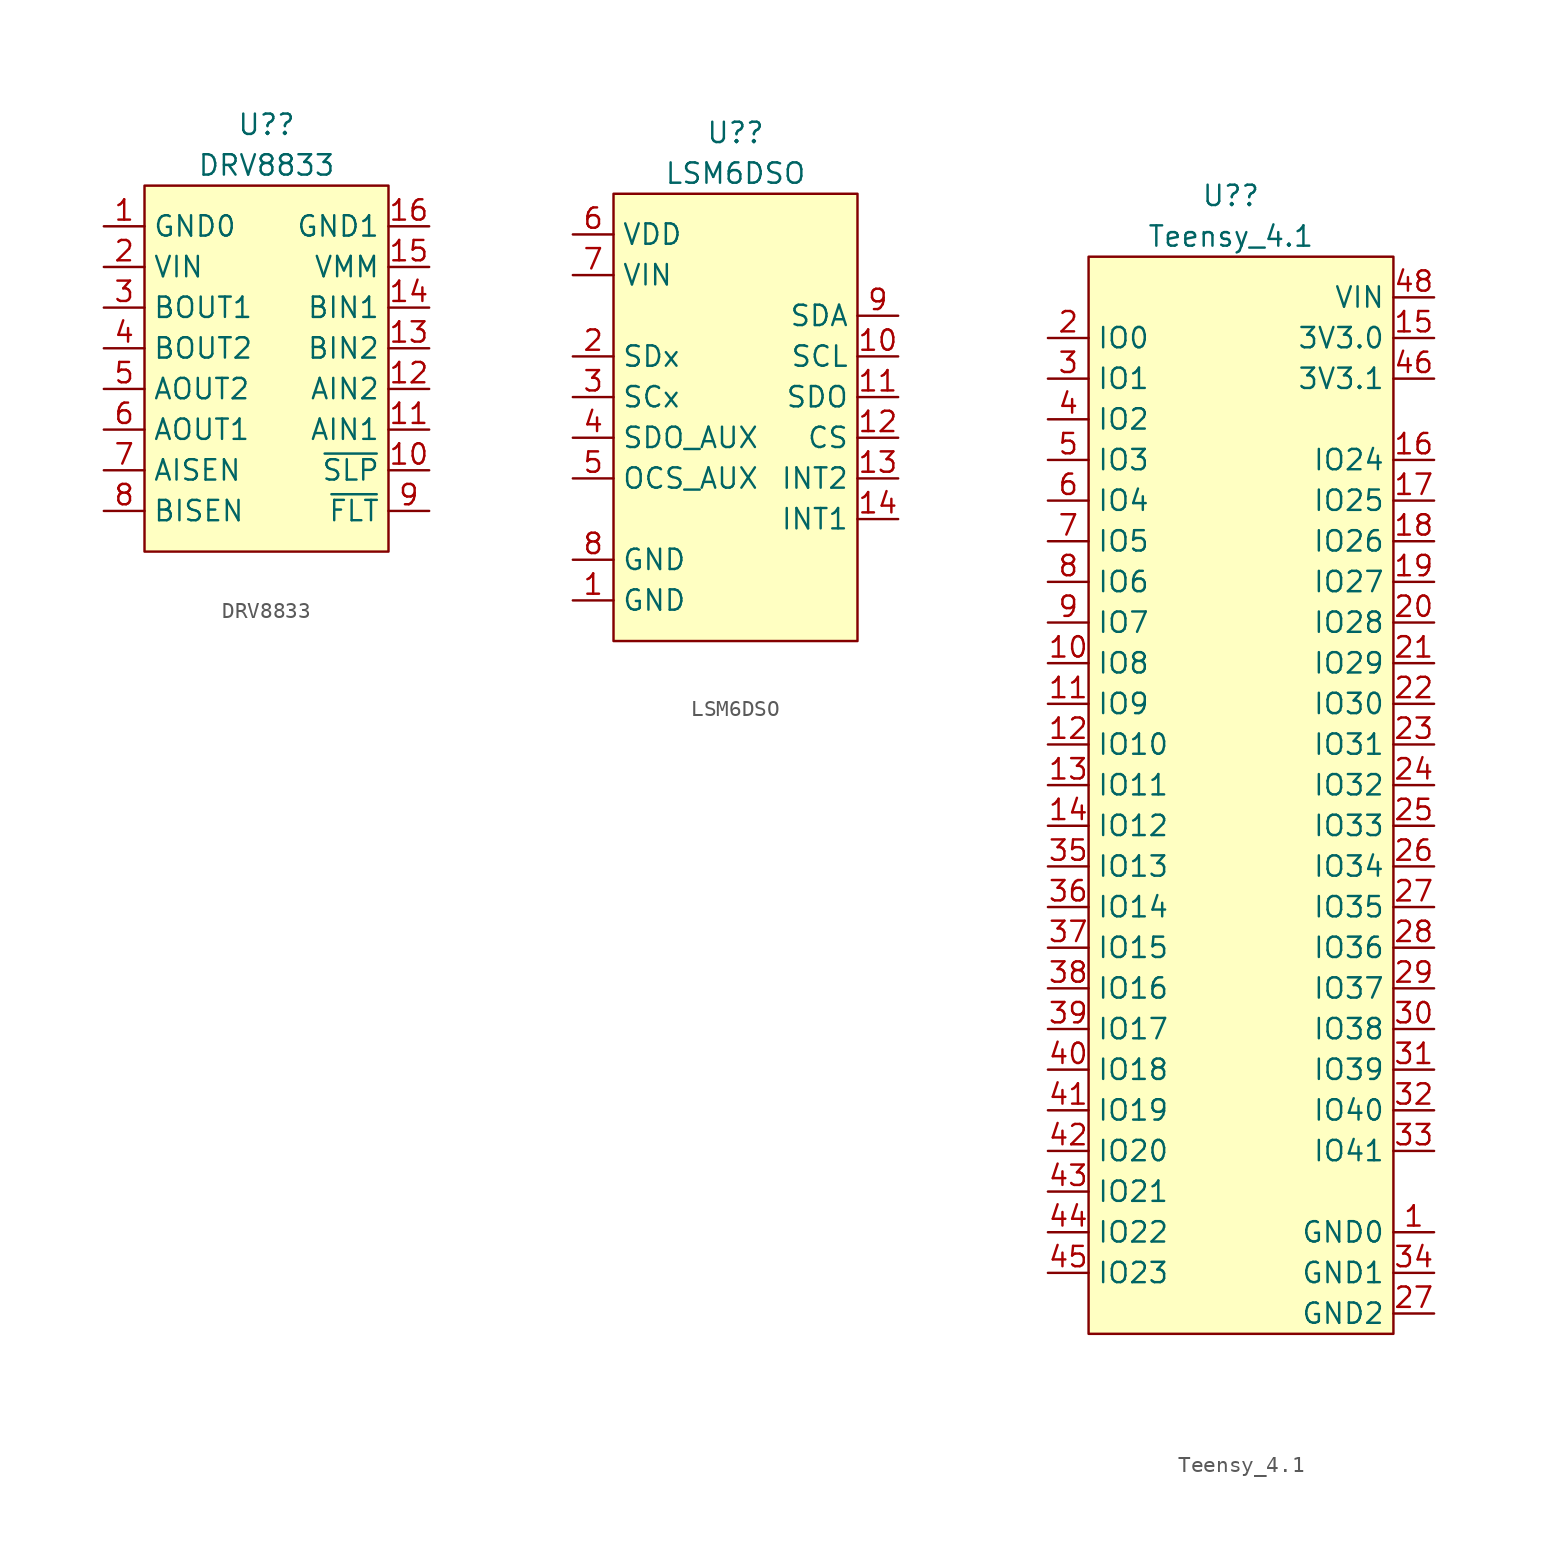
<source format=kicad_sym>
(kicad_symbol_lib
  (version 20211014)
  (generator kicad_symbol_editor)
  (symbol "DRV8833"
    (property "Reference" "U?"
      (at 0 10.16 0)
      (effects (font (size 1.27 1.27))))
    (property "Value" "DRV8833"
      (at 0 7.62 0)
      (effects (font (size 1.27 1.27))))
    (symbol "DRV8833_0_1"
      (rectangle (start -7.62 6.35) (end 7.62 -16.51) (stroke (width 0) (type default) (color 0 0 0 0)) (fill (type background))))
    (symbol "DRV8833_1_1"
      (pin power_in line (at -10.16 3.81 0) (length 2.54) (name "GND0" (effects (font (size 1.27 1.27)))) (number "1" (effects (font (size 1.27 1.27)))))
      (pin input line (at 10.16 -11.43 180) (length 2.54) (name "~{SLP}" (effects (font (size 1.27 1.27)))) (number "10" (effects (font (size 1.27 1.27)))))
      (pin input line (at 10.16 -8.89 180) (length 2.54) (name "AIN1" (effects (font (size 1.27 1.27)))) (number "11" (effects (font (size 1.27 1.27)))))
      (pin input line (at 10.16 -6.35 180) (length 2.54) (name "AIN2" (effects (font (size 1.27 1.27)))) (number "12" (effects (font (size 1.27 1.27)))))
      (pin input line (at 10.16 -3.81 180) (length 2.54) (name "BIN2" (effects (font (size 1.27 1.27)))) (number "13" (effects (font (size 1.27 1.27)))))
      (pin input line (at 10.16 -1.27 180) (length 2.54) (name "BIN1" (effects (font (size 1.27 1.27)))) (number "14" (effects (font (size 1.27 1.27)))))
      (pin power_in line (at 10.16 1.27 180) (length 2.54) (name "VMM" (effects (font (size 1.27 1.27)))) (number "15" (effects (font (size 1.27 1.27)))))
      (pin power_in line (at 10.16 3.81 180) (length 2.54) (name "GND1" (effects (font (size 1.27 1.27)))) (number "16" (effects (font (size 1.27 1.27)))))
      (pin power_in line (at -10.16 1.27 0) (length 2.54) (name "VIN" (effects (font (size 1.27 1.27)))) (number "2" (effects (font (size 1.27 1.27)))))
      (pin output line (at -10.16 -1.27 0) (length 2.54) (name "BOUT1" (effects (font (size 1.27 1.27)))) (number "3" (effects (font (size 1.27 1.27)))))
      (pin output line (at -10.16 -3.81 0) (length 2.54) (name "BOUT2" (effects (font (size 1.27 1.27)))) (number "4" (effects (font (size 1.27 1.27)))))
      (pin output line (at -10.16 -6.35 0) (length 2.54) (name "AOUT2" (effects (font (size 1.27 1.27)))) (number "5" (effects (font (size 1.27 1.27)))))
      (pin output line (at -10.16 -8.89 0) (length 2.54) (name "AOUT1" (effects (font (size 1.27 1.27)))) (number "6" (effects (font (size 1.27 1.27)))))
      (pin passive line (at -10.16 -11.43 0) (length 2.54) (name "AISEN" (effects (font (size 1.27 1.27)))) (number "7" (effects (font (size 1.27 1.27)))))
      (pin passive line (at -10.16 -13.97 0) (length 2.54) (name "BISEN" (effects (font (size 1.27 1.27)))) (number "8" (effects (font (size 1.27 1.27)))))
      (pin input line (at 10.16 -13.97 180) (length 2.54) (name "~{FLT}" (effects (font (size 1.27 1.27)))) (number "9" (effects (font (size 1.27 1.27)))))))
  (symbol "LSM6DSO"
    (property "Reference" "U?"
      (at 0 12.7 0)
      (effects (font (size 1.27 1.27))))
    (property "Value" "LSM6DSO"
      (at 0 10.16 0)
      (effects (font (size 1.27 1.27))))
    (symbol "LSM6DSO_0_1"
      (rectangle (start -7.62 8.89) (end 7.62 -19.05) (stroke (width 0) (type default) (color 0 0 0 0)) (fill (type background))))
    (symbol "LSM6DSO_1_1"
      (pin power_in line (at -10.16 -16.51 0) (length 2.54) (name "GND" (effects (font (size 1.27 1.27)))) (number "1" (effects (font (size 1.27 1.27)))))
      (pin open_collector line (at 10.16 -1.27 180) (length 2.54) (name "SCL" (effects (font (size 1.27 1.27)))) (number "10" (effects (font (size 1.27 1.27)))))
      (pin input line (at 10.16 -3.81 180) (length 2.54) (name "SDO" (effects (font (size 1.27 1.27)))) (number "11" (effects (font (size 1.27 1.27)))))
      (pin input line (at 10.16 -6.35 180) (length 2.54) (name "CS" (effects (font (size 1.27 1.27)))) (number "12" (effects (font (size 1.27 1.27)))))
      (pin bidirectional line (at 10.16 -8.89 180) (length 2.54) (name "INT2" (effects (font (size 1.27 1.27)))) (number "13" (effects (font (size 1.27 1.27)))))
      (pin output line (at 10.16 -11.43 180) (length 2.54) (name "INT1" (effects (font (size 1.27 1.27)))) (number "14" (effects (font (size 1.27 1.27)))))
      (pin bidirectional line (at -10.16 -1.27 0) (length 2.54) (name "SDx" (effects (font (size 1.27 1.27)))) (number "2" (effects (font (size 1.27 1.27)))))
      (pin bidirectional line (at -10.16 -3.81 0) (length 2.54) (name "SCx" (effects (font (size 1.27 1.27)))) (number "3" (effects (font (size 1.27 1.27)))))
      (pin output line (at -10.16 -6.35 0) (length 2.54) (name "SDO_AUX" (effects (font (size 1.27 1.27)))) (number "4" (effects (font (size 1.27 1.27)))))
      (pin input line (at -10.16 -8.89 0) (length 2.54) (name "OCS_AUX" (effects (font (size 1.27 1.27)))) (number "5" (effects (font (size 1.27 1.27)))))
      (pin power_out line (at -10.16 6.35 0) (length 2.54) (name "VDD" (effects (font (size 1.27 1.27)))) (number "6" (effects (font (size 1.27 1.27)))))
      (pin power_in line (at -10.16 3.81 0) (length 2.54) (name "VIN" (effects (font (size 1.27 1.27)))) (number "7" (effects (font (size 1.27 1.27)))))
      (pin power_in line (at -10.16 -13.97 0) (length 2.54) (name "GND" (effects (font (size 1.27 1.27)))) (number "8" (effects (font (size 1.27 1.27)))))
      (pin open_collector line (at 10.16 1.27 180) (length 2.54) (name "SDA" (effects (font (size 1.27 1.27)))) (number "9" (effects (font (size 1.27 1.27)))))))
  (symbol "Teensy_4.1"
    (property "Reference" "U?"
      (at 21.59 29.21 0)
      (effects (font (size 1.27 1.27))))
    (property "Value" "Teensy_4.1"
      (at 21.59 26.67 0)
      (effects (font (size 1.27 1.27))))
    (symbol "Teensy_4.1_0_1"
      (rectangle (start 12.7 25.4) (end 31.75 -41.91) (stroke (width 0) (type default) (color 0 0 0 0)) (fill (type background))))
    (symbol "Teensy_4.1_1_1"
      (pin power_in line (at 34.29 -35.56 180) (length 2.54) (name "GND0" (effects (font (size 1.27 1.27)))) (number "1" (effects (font (size 1.27 1.27)))))
      (pin bidirectional line (at 10.16 0 0) (length 2.54) (name "IO8" (effects (font (size 1.27 1.27)))) (number "10" (effects (font (size 1.27 1.27)))))
      (pin bidirectional line (at 10.16 -2.54 0) (length 2.54) (name "IO9" (effects (font (size 1.27 1.27)))) (number "11" (effects (font (size 1.27 1.27)))))
      (pin bidirectional line (at 10.16 -5.08 0) (length 2.54) (name "IO10" (effects (font (size 1.27 1.27)))) (number "12" (effects (font (size 1.27 1.27)))))
      (pin bidirectional line (at 10.16 -7.62 0) (length 2.54) (name "IO11" (effects (font (size 1.27 1.27)))) (number "13" (effects (font (size 1.27 1.27)))))
      (pin bidirectional line (at 10.16 -10.16 0) (length 2.54) (name "IO12" (effects (font (size 1.27 1.27)))) (number "14" (effects (font (size 1.27 1.27)))))
      (pin power_in line (at 34.29 20.32 180) (length 2.54) (name "3V3.0" (effects (font (size 1.27 1.27)))) (number "15" (effects (font (size 1.27 1.27)))))
      (pin bidirectional line (at 34.29 12.7 180) (length 2.54) (name "IO24" (effects (font (size 1.27 1.27)))) (number "16" (effects (font (size 1.27 1.27)))))
      (pin bidirectional line (at 34.29 10.16 180) (length 2.54) (name "IO25" (effects (font (size 1.27 1.27)))) (number "17" (effects (font (size 1.27 1.27)))))
      (pin bidirectional line (at 34.29 7.62 180) (length 2.54) (name "IO26" (effects (font (size 1.27 1.27)))) (number "18" (effects (font (size 1.27 1.27)))))
      (pin bidirectional line (at 34.29 5.08 180) (length 2.54) (name "IO27" (effects (font (size 1.27 1.27)))) (number "19" (effects (font (size 1.27 1.27)))))
      (pin bidirectional line (at 10.16 20.32 0) (length 2.54) (name "IO0" (effects (font (size 1.27 1.27)))) (number "2" (effects (font (size 1.27 1.27)))))
      (pin bidirectional line (at 34.29 2.54 180) (length 2.54) (name "IO28" (effects (font (size 1.27 1.27)))) (number "20" (effects (font (size 1.27 1.27)))))
      (pin bidirectional line (at 34.29 0 180) (length 2.54) (name "IO29" (effects (font (size 1.27 1.27)))) (number "21" (effects (font (size 1.27 1.27)))))
      (pin bidirectional line (at 34.29 -2.54 180) (length 2.54) (name "IO30" (effects (font (size 1.27 1.27)))) (number "22" (effects (font (size 1.27 1.27)))))
      (pin bidirectional line (at 34.29 -5.08 180) (length 2.54) (name "IO31" (effects (font (size 1.27 1.27)))) (number "23" (effects (font (size 1.27 1.27)))))
      (pin bidirectional line (at 34.29 -7.62 180) (length 2.54) (name "IO32" (effects (font (size 1.27 1.27)))) (number "24" (effects (font (size 1.27 1.27)))))
      (pin bidirectional line (at 34.29 -10.16 180) (length 2.54) (name "IO33" (effects (font (size 1.27 1.27)))) (number "25" (effects (font (size 1.27 1.27)))))
      (pin bidirectional line (at 34.29 -12.7 180) (length 2.54) (name "IO34" (effects (font (size 1.27 1.27)))) (number "26" (effects (font (size 1.27 1.27)))))
      (pin power_in line (at 34.29 -40.64 180) (length 2.54) (name "GND2" (effects (font (size 1.27 1.27)))) (number "27" (effects (font (size 1.27 1.27)))))
      (pin bidirectional line (at 34.29 -15.24 180) (length 2.54) (name "IO35" (effects (font (size 1.27 1.27)))) (number "27" (effects (font (size 1.27 1.27)))))
      (pin bidirectional line (at 34.29 -17.78 180) (length 2.54) (name "IO36" (effects (font (size 1.27 1.27)))) (number "28" (effects (font (size 1.27 1.27)))))
      (pin bidirectional line (at 34.29 -20.32 180) (length 2.54) (name "IO37" (effects (font (size 1.27 1.27)))) (number "29" (effects (font (size 1.27 1.27)))))
      (pin bidirectional line (at 10.16 17.78 0) (length 2.54) (name "IO1" (effects (font (size 1.27 1.27)))) (number "3" (effects (font (size 1.27 1.27)))))
      (pin bidirectional line (at 34.29 -22.86 180) (length 2.54) (name "IO38" (effects (font (size 1.27 1.27)))) (number "30" (effects (font (size 1.27 1.27)))))
      (pin bidirectional line (at 34.29 -25.4 180) (length 2.54) (name "IO39" (effects (font (size 1.27 1.27)))) (number "31" (effects (font (size 1.27 1.27)))))
      (pin bidirectional line (at 34.29 -27.94 180) (length 2.54) (name "IO40" (effects (font (size 1.27 1.27)))) (number "32" (effects (font (size 1.27 1.27)))))
      (pin bidirectional line (at 34.29 -30.48 180) (length 2.54) (name "IO41" (effects (font (size 1.27 1.27)))) (number "33" (effects (font (size 1.27 1.27)))))
      (pin power_in line (at 34.29 -38.1 180) (length 2.54) (name "GND1" (effects (font (size 1.27 1.27)))) (number "34" (effects (font (size 1.27 1.27)))))
      (pin bidirectional line (at 10.16 -12.7 0) (length 2.54) (name "IO13" (effects (font (size 1.27 1.27)))) (number "35" (effects (font (size 1.27 1.27)))))
      (pin bidirectional line (at 10.16 -15.24 0) (length 2.54) (name "IO14" (effects (font (size 1.27 1.27)))) (number "36" (effects (font (size 1.27 1.27)))))
      (pin bidirectional line (at 10.16 -17.78 0) (length 2.54) (name "IO15" (effects (font (size 1.27 1.27)))) (number "37" (effects (font (size 1.27 1.27)))))
      (pin bidirectional line (at 10.16 -20.32 0) (length 2.54) (name "IO16" (effects (font (size 1.27 1.27)))) (number "38" (effects (font (size 1.27 1.27)))))
      (pin bidirectional line (at 10.16 -22.86 0) (length 2.54) (name "IO17" (effects (font (size 1.27 1.27)))) (number "39" (effects (font (size 1.27 1.27)))))
      (pin bidirectional line (at 10.16 15.24 0) (length 2.54) (name "IO2" (effects (font (size 1.27 1.27)))) (number "4" (effects (font (size 1.27 1.27)))))
      (pin bidirectional line (at 10.16 -25.4 0) (length 2.54) (name "IO18" (effects (font (size 1.27 1.27)))) (number "40" (effects (font (size 1.27 1.27)))))
      (pin bidirectional line (at 10.16 -27.94 0) (length 2.54) (name "IO19" (effects (font (size 1.27 1.27)))) (number "41" (effects (font (size 1.27 1.27)))))
      (pin bidirectional line (at 10.16 -30.48 0) (length 2.54) (name "IO20" (effects (font (size 1.27 1.27)))) (number "42" (effects (font (size 1.27 1.27)))))
      (pin bidirectional line (at 10.16 -33.02 0) (length 2.54) (name "IO21" (effects (font (size 1.27 1.27)))) (number "43" (effects (font (size 1.27 1.27)))))
      (pin bidirectional line (at 10.16 -35.56 0) (length 2.54) (name "IO22" (effects (font (size 1.27 1.27)))) (number "44" (effects (font (size 1.27 1.27)))))
      (pin bidirectional line (at 10.16 -38.1 0) (length 2.54) (name "IO23" (effects (font (size 1.27 1.27)))) (number "45" (effects (font (size 1.27 1.27)))))
      (pin power_in line (at 34.29 17.78 180) (length 2.54) (name "3V3.1" (effects (font (size 1.27 1.27)))) (number "46" (effects (font (size 1.27 1.27)))))
      (pin power_in line (at 34.29 22.86 180) (length 2.54) (name "VIN" (effects (font (size 1.27 1.27)))) (number "48" (effects (font (size 1.27 1.27)))))
      (pin bidirectional line (at 10.16 12.7 0) (length 2.54) (name "IO3" (effects (font (size 1.27 1.27)))) (number "5" (effects (font (size 1.27 1.27)))))
      (pin bidirectional line (at 10.16 10.16 0) (length 2.54) (name "IO4" (effects (font (size 1.27 1.27)))) (number "6" (effects (font (size 1.27 1.27)))))
      (pin bidirectional line (at 10.16 7.62 0) (length 2.54) (name "IO5" (effects (font (size 1.27 1.27)))) (number "7" (effects (font (size 1.27 1.27)))))
      (pin bidirectional line (at 10.16 5.08 0) (length 2.54) (name "IO6" (effects (font (size 1.27 1.27)))) (number "8" (effects (font (size 1.27 1.27)))))
      (pin bidirectional line (at 10.16 2.54 0) (length 2.54) (name "IO7" (effects (font (size 1.27 1.27)))) (number "9" (effects (font (size 1.27 1.27))))))))
</source>
